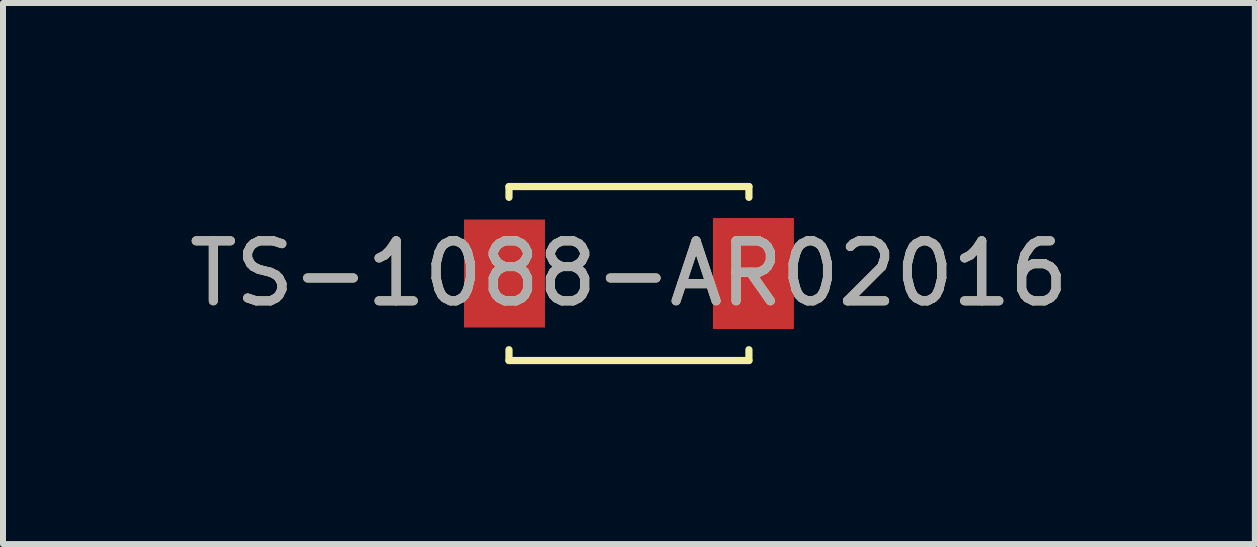
<source format=kicad_pcb>
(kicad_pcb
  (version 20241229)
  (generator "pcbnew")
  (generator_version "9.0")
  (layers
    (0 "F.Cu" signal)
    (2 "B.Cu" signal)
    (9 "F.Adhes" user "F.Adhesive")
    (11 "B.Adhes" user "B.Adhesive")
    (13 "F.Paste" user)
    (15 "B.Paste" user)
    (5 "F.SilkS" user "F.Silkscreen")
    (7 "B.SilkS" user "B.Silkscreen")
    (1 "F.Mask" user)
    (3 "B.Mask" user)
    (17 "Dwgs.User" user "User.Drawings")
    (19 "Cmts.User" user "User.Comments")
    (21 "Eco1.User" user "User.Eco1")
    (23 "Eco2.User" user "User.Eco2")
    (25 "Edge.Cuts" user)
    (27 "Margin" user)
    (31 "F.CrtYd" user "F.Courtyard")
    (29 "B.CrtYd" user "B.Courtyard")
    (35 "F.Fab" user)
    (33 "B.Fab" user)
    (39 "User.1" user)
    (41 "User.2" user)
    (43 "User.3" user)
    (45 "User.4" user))
  (footprint "TS-1088-AR02016"
    (layer "F.Cu")
    (at 7.435 1.51)
    (property "Reference" "TS-1088-AR02016" (at 0 0 0) (unlocked yes) (layer "F.SilkS") (effects (font (size 1 1) (thickness 0.15))))
    (attr smd)
    (fp_line (start -2 -1.45) (end -2 -1.27) (stroke (width 0.12) (type solid)) (layer "F.SilkS"))
    (fp_line (start -2 1.45) (end -2 1.27) (stroke (width 0.12) (type solid)) (layer "F.SilkS"))
    (fp_line (start -2 1.45) (end 2 1.45) (stroke (width 0.12) (type solid)) (layer "F.SilkS"))
    (fp_line (start 2 -1.45) (end -2 -1.45) (stroke (width 0.12) (type solid)) (layer "F.SilkS"))
    (fp_line (start 2 -1.45) (end 2 -1.27) (stroke (width 0.12) (type solid)) (layer "F.SilkS"))
    (fp_line (start 2 1.45) (end 2 1.27) (stroke (width 0.12) (type solid)) (layer "F.SilkS"))
    (fp_text user "${REFERENCE}" (at 0 0 0) (unlocked yes) (layer "F.Fab") (effects (font (size 1 1) (thickness 0.15))))
    (pad "1" smd rect (at -2.075 0) (size 1.35 1.8) (layers "F.Cu" "F.Mask" "F.Paste"))
    (pad "2" smd rect (at 2.075 0) (size 1.35 1.85) (layers "F.Cu" "F.Mask" "F.Paste")))
  (gr_rect
    (start -3 -3)
    (end 17.869 6.02)
    (stroke (width 0.1) (type default))
    (fill no)
    (layer "Edge.Cuts")))
</source>
